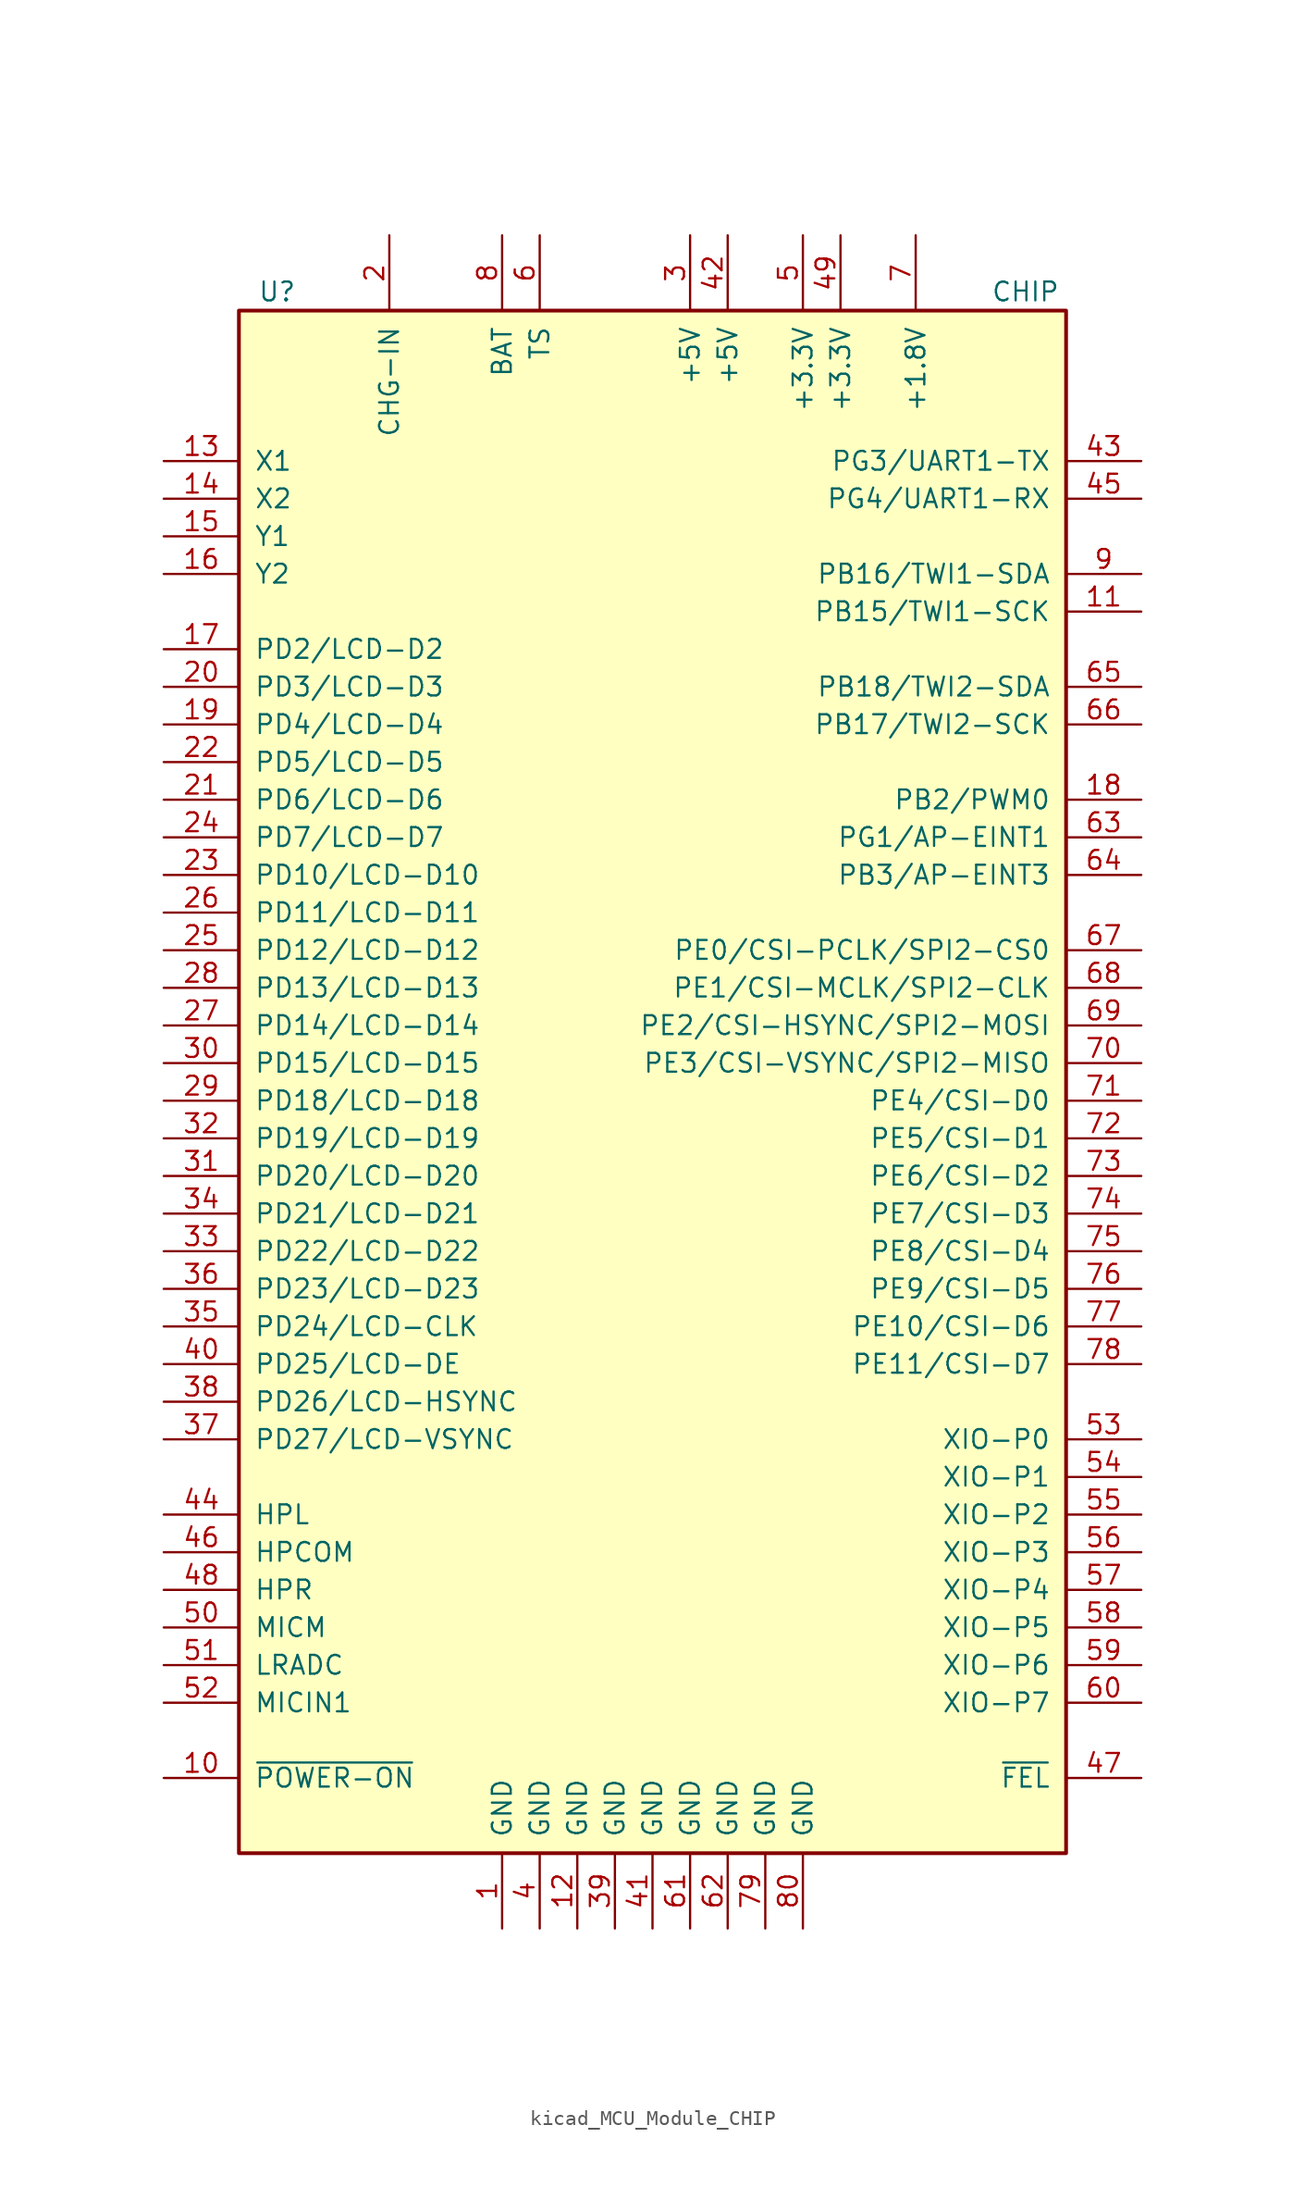
<source format=kicad_sym>
(kicad_symbol_lib
  (version 20220914)
  (generator kicad_symbol_editor)
  (symbol "kicad_MCU_Module_CHIP"
    (pin_names
      (offset 1.016))
    (property "Reference" "U"
      (at -26.67 49.53 0)
      (effects (font (size 1.27 1.27)) (justify left)))
    (property "Value" "CHIP"
      (at 22.86 49.53 0)
      (effects (font (size 1.27 1.27)) (justify left)))
    (symbol "kicad_MCU_Module_CHIP_0_1"
      (rectangle (start -27.94 48.26) (end 27.94 -55.88) (stroke (width 0.254) (type default)) (fill (type background))))
    (symbol "kicad_MCU_Module_CHIP_1_1"
      (pin power_in line (at -10.16 -60.96 90) (length 5.08) (name "GND" (effects (font (size 1.27 1.27)))) (number "1" (effects (font (size 1.27 1.27)))))
      (pin input line (at -33.02 -50.8 0) (length 5.08) (name "~{POWER-ON}" (effects (font (size 1.27 1.27)))) (number "10" (effects (font (size 1.27 1.27)))))
      (pin bidirectional line (at 33.02 27.94 180) (length 5.08) (name "PB15/TWI1-SCK" (effects (font (size 1.27 1.27)))) (number "11" (effects (font (size 1.27 1.27)))))
      (pin power_in line (at -5.08 -60.96 90) (length 5.08) (name "GND" (effects (font (size 1.27 1.27)))) (number "12" (effects (font (size 1.27 1.27)))))
      (pin input line (at -33.02 38.1 0) (length 5.08) (name "X1" (effects (font (size 1.27 1.27)))) (number "13" (effects (font (size 1.27 1.27)))))
      (pin input line (at -33.02 35.56 0) (length 5.08) (name "X2" (effects (font (size 1.27 1.27)))) (number "14" (effects (font (size 1.27 1.27)))))
      (pin input line (at -33.02 33.02 0) (length 5.08) (name "Y1" (effects (font (size 1.27 1.27)))) (number "15" (effects (font (size 1.27 1.27)))))
      (pin input line (at -33.02 30.48 0) (length 5.08) (name "Y2" (effects (font (size 1.27 1.27)))) (number "16" (effects (font (size 1.27 1.27)))))
      (pin bidirectional line (at -33.02 25.4 0) (length 5.08) (name "PD2/LCD-D2" (effects (font (size 1.27 1.27)))) (number "17" (effects (font (size 1.27 1.27)))))
      (pin bidirectional line (at 33.02 15.24 180) (length 5.08) (name "PB2/PWM0" (effects (font (size 1.27 1.27)))) (number "18" (effects (font (size 1.27 1.27)))))
      (pin bidirectional line (at -33.02 20.32 0) (length 5.08) (name "PD4/LCD-D4" (effects (font (size 1.27 1.27)))) (number "19" (effects (font (size 1.27 1.27)))))
      (pin power_in line (at -17.78 53.34 270) (length 5.08) (name "CHG-IN" (effects (font (size 1.27 1.27)))) (number "2" (effects (font (size 1.27 1.27)))))
      (pin bidirectional line (at -33.02 22.86 0) (length 5.08) (name "PD3/LCD-D3" (effects (font (size 1.27 1.27)))) (number "20" (effects (font (size 1.27 1.27)))))
      (pin bidirectional line (at -33.02 15.24 0) (length 5.08) (name "PD6/LCD-D6" (effects (font (size 1.27 1.27)))) (number "21" (effects (font (size 1.27 1.27)))))
      (pin bidirectional line (at -33.02 17.78 0) (length 5.08) (name "PD5/LCD-D5" (effects (font (size 1.27 1.27)))) (number "22" (effects (font (size 1.27 1.27)))))
      (pin bidirectional line (at -33.02 10.16 0) (length 5.08) (name "PD10/LCD-D10" (effects (font (size 1.27 1.27)))) (number "23" (effects (font (size 1.27 1.27)))))
      (pin bidirectional line (at -33.02 12.7 0) (length 5.08) (name "PD7/LCD-D7" (effects (font (size 1.27 1.27)))) (number "24" (effects (font (size 1.27 1.27)))))
      (pin bidirectional line (at -33.02 5.08 0) (length 5.08) (name "PD12/LCD-D12" (effects (font (size 1.27 1.27)))) (number "25" (effects (font (size 1.27 1.27)))))
      (pin bidirectional line (at -33.02 7.62 0) (length 5.08) (name "PD11/LCD-D11" (effects (font (size 1.27 1.27)))) (number "26" (effects (font (size 1.27 1.27)))))
      (pin bidirectional line (at -33.02 0 0) (length 5.08) (name "PD14/LCD-D14" (effects (font (size 1.27 1.27)))) (number "27" (effects (font (size 1.27 1.27)))))
      (pin bidirectional line (at -33.02 2.54 0) (length 5.08) (name "PD13/LCD-D13" (effects (font (size 1.27 1.27)))) (number "28" (effects (font (size 1.27 1.27)))))
      (pin bidirectional line (at -33.02 -5.08 0) (length 5.08) (name "PD18/LCD-D18" (effects (font (size 1.27 1.27)))) (number "29" (effects (font (size 1.27 1.27)))))
      (pin power_out line (at 2.54 53.34 270) (length 5.08) (name "+5V" (effects (font (size 1.27 1.27)))) (number "3" (effects (font (size 1.27 1.27)))))
      (pin bidirectional line (at -33.02 -2.54 0) (length 5.08) (name "PD15/LCD-D15" (effects (font (size 1.27 1.27)))) (number "30" (effects (font (size 1.27 1.27)))))
      (pin bidirectional line (at -33.02 -10.16 0) (length 5.08) (name "PD20/LCD-D20" (effects (font (size 1.27 1.27)))) (number "31" (effects (font (size 1.27 1.27)))))
      (pin bidirectional line (at -33.02 -7.62 0) (length 5.08) (name "PD19/LCD-D19" (effects (font (size 1.27 1.27)))) (number "32" (effects (font (size 1.27 1.27)))))
      (pin bidirectional line (at -33.02 -15.24 0) (length 5.08) (name "PD22/LCD-D22" (effects (font (size 1.27 1.27)))) (number "33" (effects (font (size 1.27 1.27)))))
      (pin bidirectional line (at -33.02 -12.7 0) (length 5.08) (name "PD21/LCD-D21" (effects (font (size 1.27 1.27)))) (number "34" (effects (font (size 1.27 1.27)))))
      (pin bidirectional line (at -33.02 -20.32 0) (length 5.08) (name "PD24/LCD-CLK" (effects (font (size 1.27 1.27)))) (number "35" (effects (font (size 1.27 1.27)))))
      (pin bidirectional line (at -33.02 -17.78 0) (length 5.08) (name "PD23/LCD-D23" (effects (font (size 1.27 1.27)))) (number "36" (effects (font (size 1.27 1.27)))))
      (pin bidirectional line (at -33.02 -27.94 0) (length 5.08) (name "PD27/LCD-VSYNC" (effects (font (size 1.27 1.27)))) (number "37" (effects (font (size 1.27 1.27)))))
      (pin bidirectional line (at -33.02 -25.4 0) (length 5.08) (name "PD26/LCD-HSYNC" (effects (font (size 1.27 1.27)))) (number "38" (effects (font (size 1.27 1.27)))))
      (pin power_in line (at -2.54 -60.96 90) (length 5.08) (name "GND" (effects (font (size 1.27 1.27)))) (number "39" (effects (font (size 1.27 1.27)))))
      (pin power_in line (at -7.62 -60.96 90) (length 5.08) (name "GND" (effects (font (size 1.27 1.27)))) (number "4" (effects (font (size 1.27 1.27)))))
      (pin bidirectional line (at -33.02 -22.86 0) (length 5.08) (name "PD25/LCD-DE" (effects (font (size 1.27 1.27)))) (number "40" (effects (font (size 1.27 1.27)))))
      (pin power_in line (at 0 -60.96 90) (length 5.08) (name "GND" (effects (font (size 1.27 1.27)))) (number "41" (effects (font (size 1.27 1.27)))))
      (pin power_out line (at 5.08 53.34 270) (length 5.08) (name "+5V" (effects (font (size 1.27 1.27)))) (number "42" (effects (font (size 1.27 1.27)))))
      (pin bidirectional line (at 33.02 38.1 180) (length 5.08) (name "PG3/UART1-TX" (effects (font (size 1.27 1.27)))) (number "43" (effects (font (size 1.27 1.27)))))
      (pin output line (at -33.02 -33.02 0) (length 5.08) (name "HPL" (effects (font (size 1.27 1.27)))) (number "44" (effects (font (size 1.27 1.27)))))
      (pin input line (at 33.02 35.56 180) (length 5.08) (name "PG4/UART1-RX" (effects (font (size 1.27 1.27)))) (number "45" (effects (font (size 1.27 1.27)))))
      (pin output line (at -33.02 -35.56 0) (length 5.08) (name "HPCOM" (effects (font (size 1.27 1.27)))) (number "46" (effects (font (size 1.27 1.27)))))
      (pin input line (at 33.02 -50.8 180) (length 5.08) (name "~{FEL}" (effects (font (size 1.27 1.27)))) (number "47" (effects (font (size 1.27 1.27)))))
      (pin output line (at -33.02 -38.1 0) (length 5.08) (name "HPR" (effects (font (size 1.27 1.27)))) (number "48" (effects (font (size 1.27 1.27)))))
      (pin power_out line (at 12.7 53.34 270) (length 5.08) (name "+3.3V" (effects (font (size 1.27 1.27)))) (number "49" (effects (font (size 1.27 1.27)))))
      (pin power_out line (at 10.16 53.34 270) (length 5.08) (name "+3.3V" (effects (font (size 1.27 1.27)))) (number "5" (effects (font (size 1.27 1.27)))))
      (pin power_out line (at -33.02 -40.64 0) (length 5.08) (name "MICM" (effects (font (size 1.27 1.27)))) (number "50" (effects (font (size 1.27 1.27)))))
      (pin power_out line (at -33.02 -43.18 0) (length 5.08) (name "LRADC" (effects (font (size 1.27 1.27)))) (number "51" (effects (font (size 1.27 1.27)))))
      (pin input line (at -33.02 -45.72 0) (length 5.08) (name "MICIN1" (effects (font (size 1.27 1.27)))) (number "52" (effects (font (size 1.27 1.27)))))
      (pin bidirectional line (at 33.02 -27.94 180) (length 5.08) (name "XIO-P0" (effects (font (size 1.27 1.27)))) (number "53" (effects (font (size 1.27 1.27)))))
      (pin bidirectional line (at 33.02 -30.48 180) (length 5.08) (name "XIO-P1" (effects (font (size 1.27 1.27)))) (number "54" (effects (font (size 1.27 1.27)))))
      (pin bidirectional line (at 33.02 -33.02 180) (length 5.08) (name "XIO-P2" (effects (font (size 1.27 1.27)))) (number "55" (effects (font (size 1.27 1.27)))))
      (pin bidirectional line (at 33.02 -35.56 180) (length 5.08) (name "XIO-P3" (effects (font (size 1.27 1.27)))) (number "56" (effects (font (size 1.27 1.27)))))
      (pin bidirectional line (at 33.02 -38.1 180) (length 5.08) (name "XIO-P4" (effects (font (size 1.27 1.27)))) (number "57" (effects (font (size 1.27 1.27)))))
      (pin bidirectional line (at 33.02 -40.64 180) (length 5.08) (name "XIO-P5" (effects (font (size 1.27 1.27)))) (number "58" (effects (font (size 1.27 1.27)))))
      (pin bidirectional line (at 33.02 -43.18 180) (length 5.08) (name "XIO-P6" (effects (font (size 1.27 1.27)))) (number "59" (effects (font (size 1.27 1.27)))))
      (pin input line (at -7.62 53.34 270) (length 5.08) (name "TS" (effects (font (size 1.27 1.27)))) (number "6" (effects (font (size 1.27 1.27)))))
      (pin bidirectional line (at 33.02 -45.72 180) (length 5.08) (name "XIO-P7" (effects (font (size 1.27 1.27)))) (number "60" (effects (font (size 1.27 1.27)))))
      (pin power_in line (at 2.54 -60.96 90) (length 5.08) (name "GND" (effects (font (size 1.27 1.27)))) (number "61" (effects (font (size 1.27 1.27)))))
      (pin power_in line (at 5.08 -60.96 90) (length 5.08) (name "GND" (effects (font (size 1.27 1.27)))) (number "62" (effects (font (size 1.27 1.27)))))
      (pin bidirectional line (at 33.02 12.7 180) (length 5.08) (name "PG1/AP-EINT1" (effects (font (size 1.27 1.27)))) (number "63" (effects (font (size 1.27 1.27)))))
      (pin bidirectional line (at 33.02 10.16 180) (length 5.08) (name "PB3/AP-EINT3" (effects (font (size 1.27 1.27)))) (number "64" (effects (font (size 1.27 1.27)))))
      (pin bidirectional line (at 33.02 22.86 180) (length 5.08) (name "PB18/TWI2-SDA" (effects (font (size 1.27 1.27)))) (number "65" (effects (font (size 1.27 1.27)))))
      (pin bidirectional line (at 33.02 20.32 180) (length 5.08) (name "PB17/TWI2-SCK" (effects (font (size 1.27 1.27)))) (number "66" (effects (font (size 1.27 1.27)))))
      (pin bidirectional line (at 33.02 5.08 180) (length 5.08) (name "PE0/CSI-PCLK/SPI2-CS0" (effects (font (size 1.27 1.27)))) (number "67" (effects (font (size 1.27 1.27)))))
      (pin bidirectional line (at 33.02 2.54 180) (length 5.08) (name "PE1/CSI-MCLK/SPI2-CLK" (effects (font (size 1.27 1.27)))) (number "68" (effects (font (size 1.27 1.27)))))
      (pin bidirectional line (at 33.02 0 180) (length 5.08) (name "PE2/CSI-HSYNC/SPI2-MOSI" (effects (font (size 1.27 1.27)))) (number "69" (effects (font (size 1.27 1.27)))))
      (pin power_out line (at 17.78 53.34 270) (length 5.08) (name "+1.8V" (effects (font (size 1.27 1.27)))) (number "7" (effects (font (size 1.27 1.27)))))
      (pin bidirectional line (at 33.02 -2.54 180) (length 5.08) (name "PE3/CSI-VSYNC/SPI2-MISO" (effects (font (size 1.27 1.27)))) (number "70" (effects (font (size 1.27 1.27)))))
      (pin bidirectional line (at 33.02 -5.08 180) (length 5.08) (name "PE4/CSI-D0" (effects (font (size 1.27 1.27)))) (number "71" (effects (font (size 1.27 1.27)))))
      (pin bidirectional line (at 33.02 -7.62 180) (length 5.08) (name "PE5/CSI-D1" (effects (font (size 1.27 1.27)))) (number "72" (effects (font (size 1.27 1.27)))))
      (pin bidirectional line (at 33.02 -10.16 180) (length 5.08) (name "PE6/CSI-D2" (effects (font (size 1.27 1.27)))) (number "73" (effects (font (size 1.27 1.27)))))
      (pin bidirectional line (at 33.02 -12.7 180) (length 5.08) (name "PE7/CSI-D3" (effects (font (size 1.27 1.27)))) (number "74" (effects (font (size 1.27 1.27)))))
      (pin bidirectional line (at 33.02 -15.24 180) (length 5.08) (name "PE8/CSI-D4" (effects (font (size 1.27 1.27)))) (number "75" (effects (font (size 1.27 1.27)))))
      (pin bidirectional line (at 33.02 -17.78 180) (length 5.08) (name "PE9/CSI-D5" (effects (font (size 1.27 1.27)))) (number "76" (effects (font (size 1.27 1.27)))))
      (pin bidirectional line (at 33.02 -20.32 180) (length 5.08) (name "PE10/CSI-D6" (effects (font (size 1.27 1.27)))) (number "77" (effects (font (size 1.27 1.27)))))
      (pin bidirectional line (at 33.02 -22.86 180) (length 5.08) (name "PE11/CSI-D7" (effects (font (size 1.27 1.27)))) (number "78" (effects (font (size 1.27 1.27)))))
      (pin power_in line (at 7.62 -60.96 90) (length 5.08) (name "GND" (effects (font (size 1.27 1.27)))) (number "79" (effects (font (size 1.27 1.27)))))
      (pin power_in line (at -10.16 53.34 270) (length 5.08) (name "BAT" (effects (font (size 1.27 1.27)))) (number "8" (effects (font (size 1.27 1.27)))))
      (pin power_in line (at 10.16 -60.96 90) (length 5.08) (name "GND" (effects (font (size 1.27 1.27)))) (number "80" (effects (font (size 1.27 1.27)))))
      (pin bidirectional line (at 33.02 30.48 180) (length 5.08) (name "PB16/TWI1-SDA" (effects (font (size 1.27 1.27)))) (number "9" (effects (font (size 1.27 1.27))))))))
</source>
